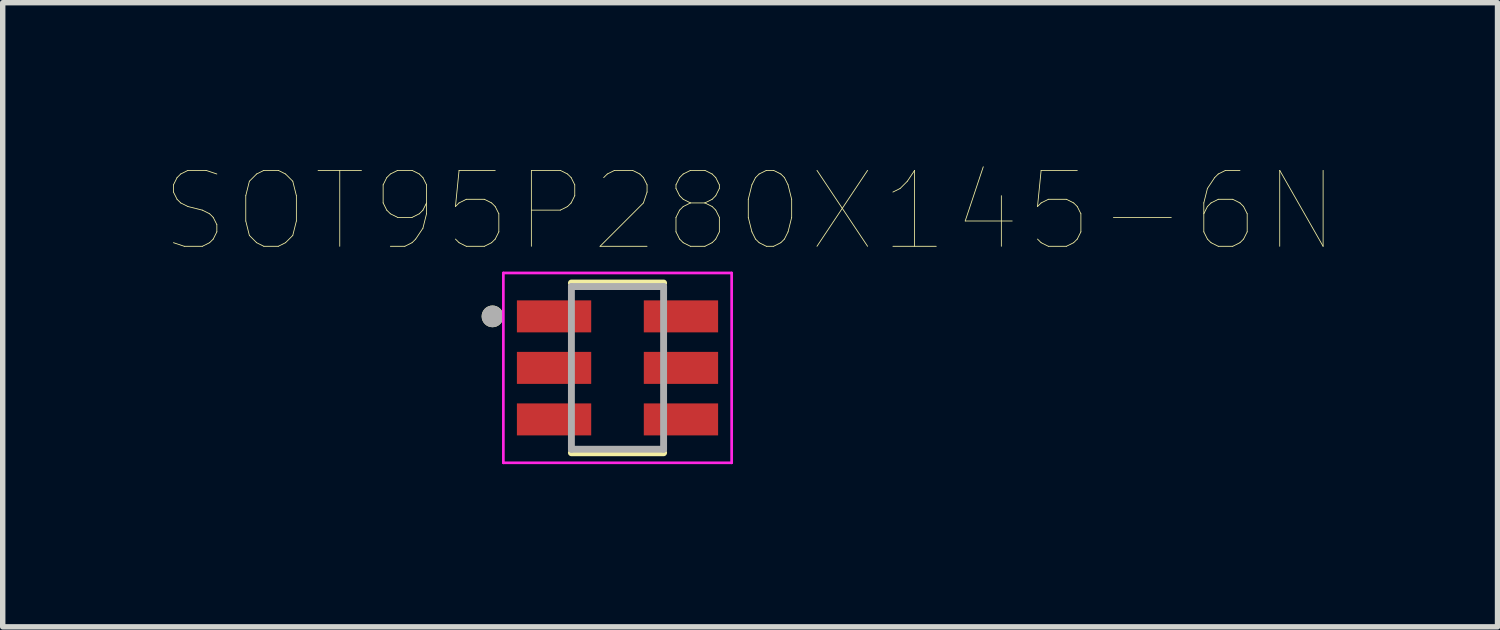
<source format=kicad_pcb>
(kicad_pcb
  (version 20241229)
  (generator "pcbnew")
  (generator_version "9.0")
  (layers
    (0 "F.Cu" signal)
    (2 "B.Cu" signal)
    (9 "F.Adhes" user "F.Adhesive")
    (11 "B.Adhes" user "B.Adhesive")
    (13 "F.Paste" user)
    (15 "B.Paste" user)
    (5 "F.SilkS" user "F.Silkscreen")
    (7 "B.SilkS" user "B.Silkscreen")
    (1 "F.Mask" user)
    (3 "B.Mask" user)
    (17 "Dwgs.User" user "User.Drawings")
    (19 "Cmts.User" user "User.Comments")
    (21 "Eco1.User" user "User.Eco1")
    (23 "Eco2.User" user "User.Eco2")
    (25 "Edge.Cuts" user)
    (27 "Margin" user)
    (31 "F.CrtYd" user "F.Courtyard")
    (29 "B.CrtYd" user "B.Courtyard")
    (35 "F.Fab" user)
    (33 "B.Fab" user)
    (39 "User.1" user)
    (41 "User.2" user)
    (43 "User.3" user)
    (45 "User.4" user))
  (footprint "SOT95P280X145-6N"
    (layer "F.Cu")
    (at 8.337 3.734)
    (property "Reference" "SOT95P280X145-6N" (at 2.445 -2.889 0) (layer "F.SilkS") (effects (font (size 1.4 1.4) (thickness 0.015))))
    (attr through_hole)
    (fp_line (start -0.85 -1.565) (end 0.85 -1.565) (stroke (width 0.127) (type solid)) (layer "F.SilkS"))
    (fp_line (start 0.85 1.565) (end -0.85 1.565) (stroke (width 0.127) (type solid)) (layer "F.SilkS"))
    (fp_circle (center -2.305 -0.95) (end -2.205 -0.95) (stroke (width 0.2) (type solid)) (fill no) (layer "F.SilkS"))
    (fp_line (start -2.105 -1.75) (end 2.105 -1.75) (stroke (width 0.05) (type solid)) (layer "F.CrtYd"))
    (fp_line (start -2.105 1.75) (end -2.105 -1.75) (stroke (width 0.05) (type solid)) (layer "F.CrtYd"))
    (fp_line (start 2.105 -1.75) (end 2.105 1.75) (stroke (width 0.05) (type solid)) (layer "F.CrtYd"))
    (fp_line (start 2.105 1.75) (end -2.105 1.75) (stroke (width 0.05) (type solid)) (layer "F.CrtYd"))
    (fp_line (start -0.85 -1.5) (end 0.85 -1.5) (stroke (width 0.127) (type solid)) (layer "F.Fab"))
    (fp_line (start -0.85 1.5) (end -0.85 -1.5) (stroke (width 0.127) (type solid)) (layer "F.Fab"))
    (fp_line (start 0.85 -1.5) (end 0.85 1.5) (stroke (width 0.127) (type solid)) (layer "F.Fab"))
    (fp_line (start 0.85 1.5) (end -0.85 1.5) (stroke (width 0.127) (type solid)) (layer "F.Fab"))
    (fp_circle (center -2.305 -0.95) (end -2.205 -0.95) (stroke (width 0.2) (type solid)) (fill no) (layer "F.Fab"))
    (pad "1" smd rect (at -1.17 -0.95) (size 1.37 0.59) (layers "F.Cu" "F.Mask" "F.Paste"))
    (pad "2" smd rect (at -1.17 0) (size 1.37 0.59) (layers "F.Cu" "F.Mask" "F.Paste"))
    (pad "3" smd rect (at -1.17 0.95) (size 1.37 0.59) (layers "F.Cu" "F.Mask" "F.Paste"))
    (pad "4" smd rect (at 1.17 0.95) (size 1.37 0.59) (layers "F.Cu" "F.Mask" "F.Paste"))
    (pad "5" smd rect (at 1.17 0) (size 1.37 0.59) (layers "F.Cu" "F.Mask" "F.Paste"))
    (pad "6" smd rect (at 1.17 -0.95) (size 1.37 0.59) (layers "F.Cu" "F.Mask" "F.Paste")))
  (gr_rect
    (start -3 -3)
    (end 24.565 8.509)
    (stroke (width 0.1) (type default))
    (fill no)
    (layer "Edge.Cuts")))
</source>
